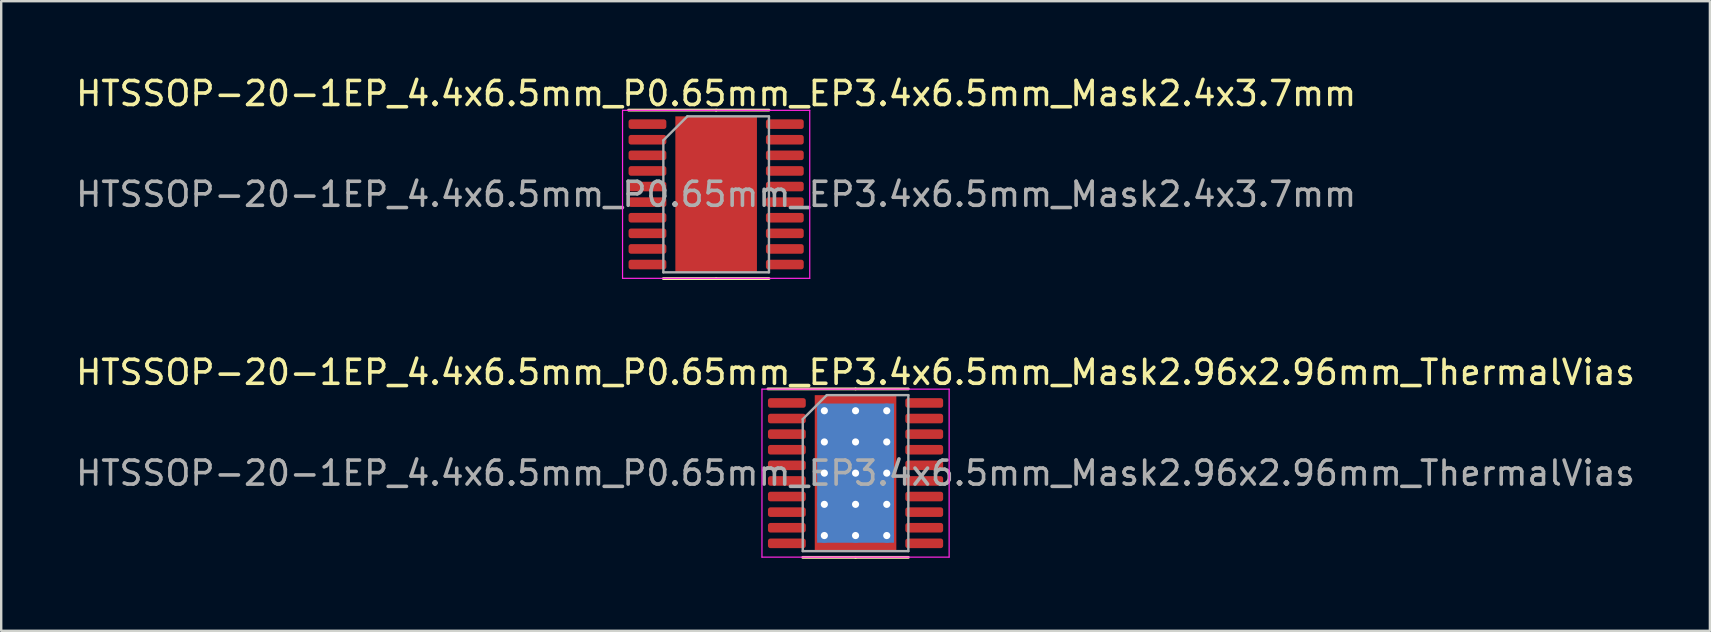
<source format=kicad_pcb>
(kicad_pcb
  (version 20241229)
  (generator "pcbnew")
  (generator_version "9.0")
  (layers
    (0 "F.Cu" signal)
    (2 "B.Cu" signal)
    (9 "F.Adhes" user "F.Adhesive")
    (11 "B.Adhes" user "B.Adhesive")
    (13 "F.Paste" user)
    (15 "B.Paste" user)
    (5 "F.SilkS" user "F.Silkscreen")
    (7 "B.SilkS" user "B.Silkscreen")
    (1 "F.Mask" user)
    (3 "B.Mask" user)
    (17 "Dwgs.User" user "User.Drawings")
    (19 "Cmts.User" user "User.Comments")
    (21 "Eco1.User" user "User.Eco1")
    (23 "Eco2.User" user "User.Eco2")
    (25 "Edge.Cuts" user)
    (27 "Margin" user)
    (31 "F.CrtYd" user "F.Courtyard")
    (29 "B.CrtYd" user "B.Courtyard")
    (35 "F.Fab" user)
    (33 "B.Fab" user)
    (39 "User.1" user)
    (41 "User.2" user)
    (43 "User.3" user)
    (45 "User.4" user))
  (footprint "HTSSOP-20-1EP_4.4x6.5mm_P0.65mm_EP3.4x6.5mm_Mask2.96x2.96mm_ThermalVias"
    (layer "F.Cu")
    (at 32.601 16.666)
    (property "Reference" "HTSSOP-20-1EP_4.4x6.5mm_P0.65mm_EP3.4x6.5mm_Mask2.96x2.96mm_ThermalVias" (at 0 -4.2 0) (layer "F.SilkS") (effects (font (size 1 1) (thickness 0.15))))
    (attr smd)
    (fp_line (start 0 -3.51) (end -3.65 -3.51) (stroke (width 0.12) (type solid)) (layer "F.SilkS"))
    (fp_line (start 0 -3.51) (end 2.2 -3.51) (stroke (width 0.12) (type solid)) (layer "F.SilkS"))
    (fp_line (start 0 3.51) (end -2.2 3.51) (stroke (width 0.12) (type solid)) (layer "F.SilkS"))
    (fp_line (start 0 3.51) (end 2.2 3.51) (stroke (width 0.12) (type solid)) (layer "F.SilkS"))
    (fp_line (start -3.9 -3.5) (end -3.9 3.5) (stroke (width 0.05) (type solid)) (layer "F.CrtYd"))
    (fp_line (start -3.9 3.5) (end 3.9 3.5) (stroke (width 0.05) (type solid)) (layer "F.CrtYd"))
    (fp_line (start 3.9 -3.5) (end -3.9 -3.5) (stroke (width 0.05) (type solid)) (layer "F.CrtYd"))
    (fp_line (start 3.9 3.5) (end 3.9 -3.5) (stroke (width 0.05) (type solid)) (layer "F.CrtYd"))
    (fp_line (start -2.2 -2.25) (end -1.2 -3.25) (stroke (width 0.1) (type solid)) (layer "F.Fab"))
    (fp_line (start -2.2 3.25) (end -2.2 -2.25) (stroke (width 0.1) (type solid)) (layer "F.Fab"))
    (fp_line (start -1.2 -3.25) (end 2.2 -3.25) (stroke (width 0.1) (type solid)) (layer "F.Fab"))
    (fp_line (start 2.2 -3.25) (end 2.2 3.25) (stroke (width 0.1) (type solid)) (layer "F.Fab"))
    (fp_line (start 2.2 3.25) (end -2.2 3.25) (stroke (width 0.1) (type solid)) (layer "F.Fab"))
    (fp_text user "${REFERENCE}" (at 0 0 0) (layer "F.Fab") (effects (font (size 1 1) (thickness 0.15))))
    (pad "" smd roundrect (at -0.74 -0.74) (size 1.19 1.19) (layers "F.Paste") (roundrect_rratio 0.21))
    (pad "" smd roundrect (at -0.74 0.74) (size 1.19 1.19) (layers "F.Paste") (roundrect_rratio 0.21))
    (pad "" smd rect (at 0 0) (size 2.96 2.96) (layers "F.Mask"))
    (pad "" smd roundrect (at 0.74 -0.74) (size 1.19 1.19) (layers "F.Paste") (roundrect_rratio 0.21))
    (pad "" smd roundrect (at 0.74 0.74) (size 1.19 1.19) (layers "F.Paste") (roundrect_rratio 0.21))
    (pad "1" smd roundrect (at -2.862 -2.925) (size 1.575 0.4) (layers "F.Cu" "F.Mask" "F.Paste") (roundrect_rratio 0.25))
    (pad "2" smd roundrect (at -2.862 -2.275) (size 1.575 0.4) (layers "F.Cu" "F.Mask" "F.Paste") (roundrect_rratio 0.25))
    (pad "3" smd roundrect (at -2.862 -1.625) (size 1.575 0.4) (layers "F.Cu" "F.Mask" "F.Paste") (roundrect_rratio 0.25))
    (pad "4" smd roundrect (at -2.862 -0.975) (size 1.575 0.4) (layers "F.Cu" "F.Mask" "F.Paste") (roundrect_rratio 0.25))
    (pad "5" smd roundrect (at -2.862 -0.325) (size 1.575 0.4) (layers "F.Cu" "F.Mask" "F.Paste") (roundrect_rratio 0.25))
    (pad "6" smd roundrect (at -2.862 0.325) (size 1.575 0.4) (layers "F.Cu" "F.Mask" "F.Paste") (roundrect_rratio 0.25))
    (pad "7" smd roundrect (at -2.862 0.975) (size 1.575 0.4) (layers "F.Cu" "F.Mask" "F.Paste") (roundrect_rratio 0.25))
    (pad "8" smd roundrect (at -2.862 1.625) (size 1.575 0.4) (layers "F.Cu" "F.Mask" "F.Paste") (roundrect_rratio 0.25))
    (pad "9" smd roundrect (at -2.862 2.275) (size 1.575 0.4) (layers "F.Cu" "F.Mask" "F.Paste") (roundrect_rratio 0.25))
    (pad "10" smd roundrect (at -2.862 2.925) (size 1.575 0.4) (layers "F.Cu" "F.Mask" "F.Paste") (roundrect_rratio 0.25))
    (pad "11" smd roundrect (at 2.862 2.925) (size 1.575 0.4) (layers "F.Cu" "F.Mask" "F.Paste") (roundrect_rratio 0.25))
    (pad "12" smd roundrect (at 2.862 2.275) (size 1.575 0.4) (layers "F.Cu" "F.Mask" "F.Paste") (roundrect_rratio 0.25))
    (pad "13" smd roundrect (at 2.862 1.625) (size 1.575 0.4) (layers "F.Cu" "F.Mask" "F.Paste") (roundrect_rratio 0.25))
    (pad "14" smd roundrect (at 2.862 0.975) (size 1.575 0.4) (layers "F.Cu" "F.Mask" "F.Paste") (roundrect_rratio 0.25))
    (pad "15" smd roundrect (at 2.862 0.325) (size 1.575 0.4) (layers "F.Cu" "F.Mask" "F.Paste") (roundrect_rratio 0.25))
    (pad "16" smd roundrect (at 2.862 -0.325) (size 1.575 0.4) (layers "F.Cu" "F.Mask" "F.Paste") (roundrect_rratio 0.25))
    (pad "17" smd roundrect (at 2.862 -0.975) (size 1.575 0.4) (layers "F.Cu" "F.Mask" "F.Paste") (roundrect_rratio 0.25))
    (pad "18" smd roundrect (at 2.862 -1.625) (size 1.575 0.4) (layers "F.Cu" "F.Mask" "F.Paste") (roundrect_rratio 0.25))
    (pad "19" smd roundrect (at 2.862 -2.275) (size 1.575 0.4) (layers "F.Cu" "F.Mask" "F.Paste") (roundrect_rratio 0.25))
    (pad "20" smd roundrect (at 2.862 -2.925) (size 1.575 0.4) (layers "F.Cu" "F.Mask" "F.Paste") (roundrect_rratio 0.25))
    (pad "21" thru_hole circle (at -1.3 -2.6) (size 0.6 0.6) (drill 0.3) (layers "*.Cu"))
    (pad "21" thru_hole circle (at -1.3 -1.3) (size 0.6 0.6) (drill 0.3) (layers "*.Cu"))
    (pad "21" thru_hole circle (at -1.3 0) (size 0.6 0.6) (drill 0.3) (layers "*.Cu"))
    (pad "21" thru_hole circle (at -1.3 1.3) (size 0.6 0.6) (drill 0.3) (layers "*.Cu"))
    (pad "21" thru_hole circle (at -1.3 2.6) (size 0.6 0.6) (drill 0.3) (layers "*.Cu"))
    (pad "21" thru_hole circle (at 0 -2.6) (size 0.6 0.6) (drill 0.3) (layers "*.Cu"))
    (pad "21" thru_hole circle (at 0 -1.3) (size 0.6 0.6) (drill 0.3) (layers "*.Cu"))
    (pad "21" thru_hole circle (at 0 0) (size 0.6 0.6) (drill 0.3) (layers "*.Cu"))
    (pad "21" smd rect (at 0 0) (size 3.2 5.8) (layers "B.Cu"))
    (pad "21" smd rect (at 0 0) (size 3.4 6.5) (layers "F.Cu"))
    (pad "21" thru_hole circle (at 0 1.3) (size 0.6 0.6) (drill 0.3) (layers "*.Cu"))
    (pad "21" thru_hole circle (at 0 2.6) (size 0.6 0.6) (drill 0.3) (layers "*.Cu"))
    (pad "21" thru_hole circle (at 1.3 -2.6) (size 0.6 0.6) (drill 0.3) (layers "*.Cu"))
    (pad "21" thru_hole circle (at 1.3 -1.3) (size 0.6 0.6) (drill 0.3) (layers "*.Cu"))
    (pad "21" thru_hole circle (at 1.3 0) (size 0.6 0.6) (drill 0.3) (layers "*.Cu"))
    (pad "21" thru_hole circle (at 1.3 1.3) (size 0.6 0.6) (drill 0.3) (layers "*.Cu"))
    (pad "21" thru_hole circle (at 1.3 2.6) (size 0.6 0.6) (drill 0.3) (layers "*.Cu")))
  (footprint "HTSSOP-20-1EP_4.4x6.5mm_P0.65mm_EP3.4x6.5mm_Mask2.4x3.7mm"
    (layer "F.Cu")
    (at 26.792 5.048)
    (property "Reference" "HTSSOP-20-1EP_4.4x6.5mm_P0.65mm_EP3.4x6.5mm_Mask2.4x3.7mm" (at 0 -4.2 0) (layer "F.SilkS") (effects (font (size 1 1) (thickness 0.15))))
    (attr smd)
    (fp_line (start 0 -3.51) (end -3.65 -3.51) (stroke (width 0.12) (type solid)) (layer "F.SilkS"))
    (fp_line (start 0 -3.51) (end 2.2 -3.51) (stroke (width 0.12) (type solid)) (layer "F.SilkS"))
    (fp_line (start 0 3.51) (end -2.2 3.51) (stroke (width 0.12) (type solid)) (layer "F.SilkS"))
    (fp_line (start 0 3.51) (end 2.2 3.51) (stroke (width 0.12) (type solid)) (layer "F.SilkS"))
    (fp_line (start -3.9 -3.5) (end -3.9 3.5) (stroke (width 0.05) (type solid)) (layer "F.CrtYd"))
    (fp_line (start -3.9 3.5) (end 3.9 3.5) (stroke (width 0.05) (type solid)) (layer "F.CrtYd"))
    (fp_line (start 3.9 -3.5) (end -3.9 -3.5) (stroke (width 0.05) (type solid)) (layer "F.CrtYd"))
    (fp_line (start 3.9 3.5) (end 3.9 -3.5) (stroke (width 0.05) (type solid)) (layer "F.CrtYd"))
    (fp_line (start -2.2 -2.25) (end -1.2 -3.25) (stroke (width 0.1) (type solid)) (layer "F.Fab"))
    (fp_line (start -2.2 3.25) (end -2.2 -2.25) (stroke (width 0.1) (type solid)) (layer "F.Fab"))
    (fp_line (start -1.2 -3.25) (end 2.2 -3.25) (stroke (width 0.1) (type solid)) (layer "F.Fab"))
    (fp_line (start 2.2 -3.25) (end 2.2 3.25) (stroke (width 0.1) (type solid)) (layer "F.Fab"))
    (fp_line (start 2.2 3.25) (end -2.2 3.25) (stroke (width 0.1) (type solid)) (layer "F.Fab"))
    (fp_text user "${REFERENCE}" (at 0 0 0) (layer "F.Fab") (effects (font (size 1 1) (thickness 0.15))))
    (pad "" smd roundrect (at 0 -0.925) (size 1.93 1.49) (layers "F.Paste") (roundrect_rratio 0.168))
    (pad "" smd rect (at 0 0) (size 2.4 3.7) (layers "F.Mask"))
    (pad "" smd roundrect (at 0 0.925) (size 1.93 1.49) (layers "F.Paste") (roundrect_rratio 0.168))
    (pad "1" smd roundrect (at -2.862 -2.925) (size 1.575 0.4) (layers "F.Cu" "F.Mask" "F.Paste") (roundrect_rratio 0.25))
    (pad "2" smd roundrect (at -2.862 -2.275) (size 1.575 0.4) (layers "F.Cu" "F.Mask" "F.Paste") (roundrect_rratio 0.25))
    (pad "3" smd roundrect (at -2.862 -1.625) (size 1.575 0.4) (layers "F.Cu" "F.Mask" "F.Paste") (roundrect_rratio 0.25))
    (pad "4" smd roundrect (at -2.862 -0.975) (size 1.575 0.4) (layers "F.Cu" "F.Mask" "F.Paste") (roundrect_rratio 0.25))
    (pad "5" smd roundrect (at -2.862 -0.325) (size 1.575 0.4) (layers "F.Cu" "F.Mask" "F.Paste") (roundrect_rratio 0.25))
    (pad "6" smd roundrect (at -2.862 0.325) (size 1.575 0.4) (layers "F.Cu" "F.Mask" "F.Paste") (roundrect_rratio 0.25))
    (pad "7" smd roundrect (at -2.862 0.975) (size 1.575 0.4) (layers "F.Cu" "F.Mask" "F.Paste") (roundrect_rratio 0.25))
    (pad "8" smd roundrect (at -2.862 1.625) (size 1.575 0.4) (layers "F.Cu" "F.Mask" "F.Paste") (roundrect_rratio 0.25))
    (pad "9" smd roundrect (at -2.862 2.275) (size 1.575 0.4) (layers "F.Cu" "F.Mask" "F.Paste") (roundrect_rratio 0.25))
    (pad "10" smd roundrect (at -2.862 2.925) (size 1.575 0.4) (layers "F.Cu" "F.Mask" "F.Paste") (roundrect_rratio 0.25))
    (pad "11" smd roundrect (at 2.862 2.925) (size 1.575 0.4) (layers "F.Cu" "F.Mask" "F.Paste") (roundrect_rratio 0.25))
    (pad "12" smd roundrect (at 2.862 2.275) (size 1.575 0.4) (layers "F.Cu" "F.Mask" "F.Paste") (roundrect_rratio 0.25))
    (pad "13" smd roundrect (at 2.862 1.625) (size 1.575 0.4) (layers "F.Cu" "F.Mask" "F.Paste") (roundrect_rratio 0.25))
    (pad "14" smd roundrect (at 2.862 0.975) (size 1.575 0.4) (layers "F.Cu" "F.Mask" "F.Paste") (roundrect_rratio 0.25))
    (pad "15" smd roundrect (at 2.862 0.325) (size 1.575 0.4) (layers "F.Cu" "F.Mask" "F.Paste") (roundrect_rratio 0.25))
    (pad "16" smd roundrect (at 2.862 -0.325) (size 1.575 0.4) (layers "F.Cu" "F.Mask" "F.Paste") (roundrect_rratio 0.25))
    (pad "17" smd roundrect (at 2.862 -0.975) (size 1.575 0.4) (layers "F.Cu" "F.Mask" "F.Paste") (roundrect_rratio 0.25))
    (pad "18" smd roundrect (at 2.862 -1.625) (size 1.575 0.4) (layers "F.Cu" "F.Mask" "F.Paste") (roundrect_rratio 0.25))
    (pad "19" smd roundrect (at 2.862 -2.275) (size 1.575 0.4) (layers "F.Cu" "F.Mask" "F.Paste") (roundrect_rratio 0.25))
    (pad "20" smd roundrect (at 2.862 -2.925) (size 1.575 0.4) (layers "F.Cu" "F.Mask" "F.Paste") (roundrect_rratio 0.25))
    (pad "21" smd rect (at 0 0) (size 3.4 6.5) (layers "F.Cu")))
  (gr_rect
    (start -3 -3)
    (end 68.202 23.236)
    (stroke (width 0.1) (type default))
    (fill no)
    (layer "Edge.Cuts")))
</source>
